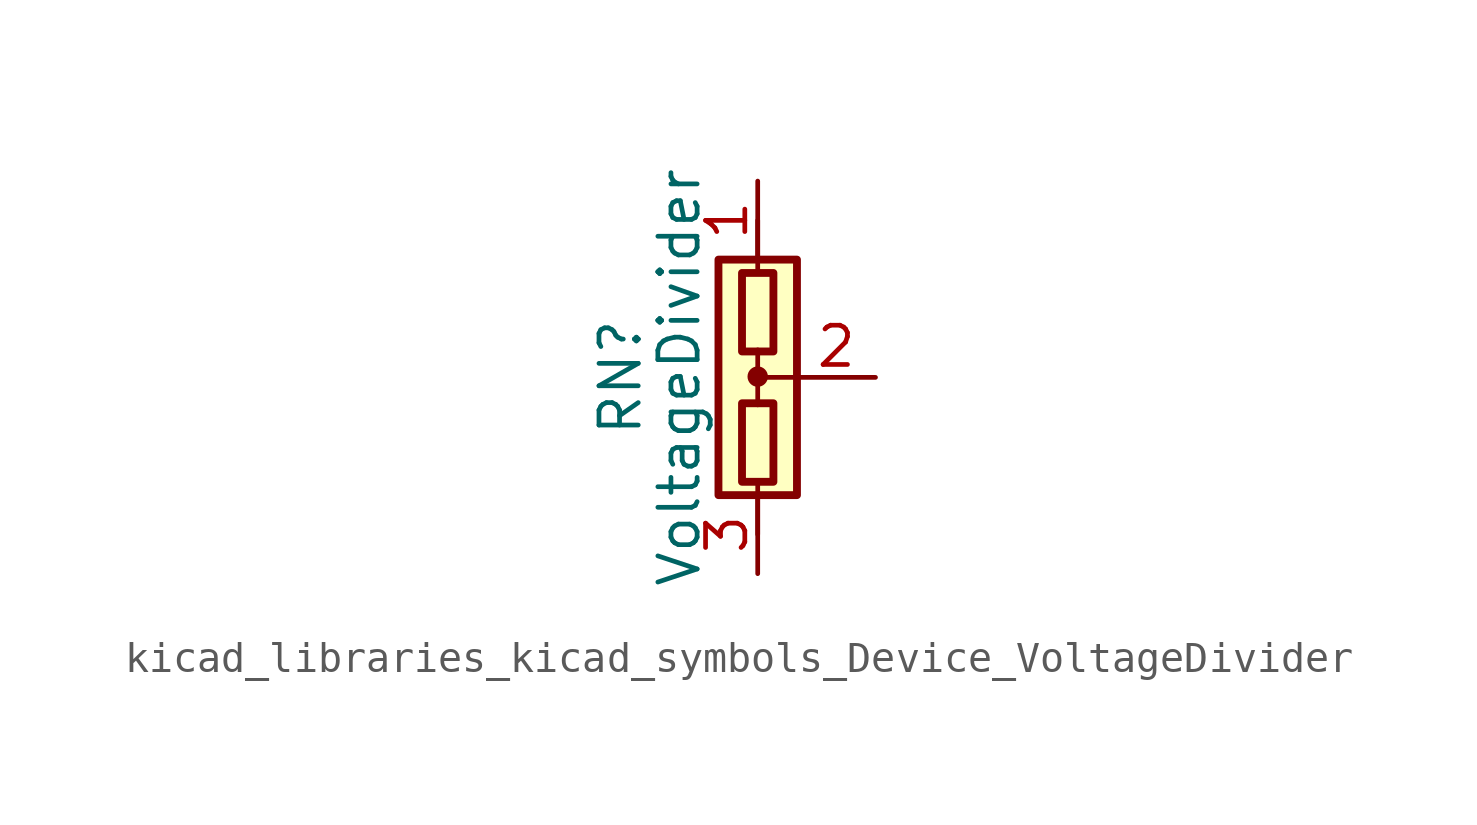
<source format=kicad_sym>
(kicad_symbol_lib
  (version 20220914)
  (generator kicad_symbol_editor)
  (symbol "kicad_libraries_kicad_symbols_Device_VoltageDivider"
    (pin_names
      (offset 0) hide)
    (property "Reference" "RN"
      (at -4.445 0 90)
      (effects (font (size 1.27 1.27))))
    (property "Value" "VoltageDivider"
      (at -2.54 0 90)
      (effects (font (size 1.27 1.27))))
    (symbol "kicad_libraries_kicad_symbols_Device_VoltageDivider_0_1"
      (rectangle (start -1.27 -3.81) (end 1.27 3.81) (stroke (width 0.254) (type default)) (fill (type background)))
      (rectangle (start -0.508 -3.378) (end 0.508 -0.838) (stroke (width 0.254) (type default)) (fill (type none)))
      (rectangle (start -0.508 3.378) (end 0.508 0.838) (stroke (width 0.254) (type default)) (fill (type none)))
      (polyline (pts (xy 0 -5.08) (xy 0 -3.429)) (stroke (width 0) (type default)) (fill (type none)))
      (polyline (pts (xy 0 0.889) (xy 0 -0.889)) (stroke (width 0) (type default)) (fill (type none)))
      (polyline (pts (xy 0 5.08) (xy 0 3.378)) (stroke (width 0) (type default)) (fill (type none)))
      (polyline (pts (xy 1.27 0) (xy 0 0)) (stroke (width 0) (type default)) (fill (type none)))
      (circle (center 0 0.025) (radius 0.254) (stroke (width 0) (type default)) (fill (type outline))))
    (symbol "kicad_libraries_kicad_symbols_Device_VoltageDivider_1_1"
      (pin passive line (at 0 6.35 270) (length 2.54) (name "~" (effects (font (size 1.27 1.27)))) (number "1" (effects (font (size 1.27 1.27)))))
      (pin passive line (at 3.81 0 180) (length 2.54) (name "~" (effects (font (size 1.27 1.27)))) (number "2" (effects (font (size 1.27 1.27)))))
      (pin passive line (at 0 -6.35 90) (length 2.54) (name "~" (effects (font (size 1.27 1.27)))) (number "3" (effects (font (size 1.27 1.27))))))))
</source>
